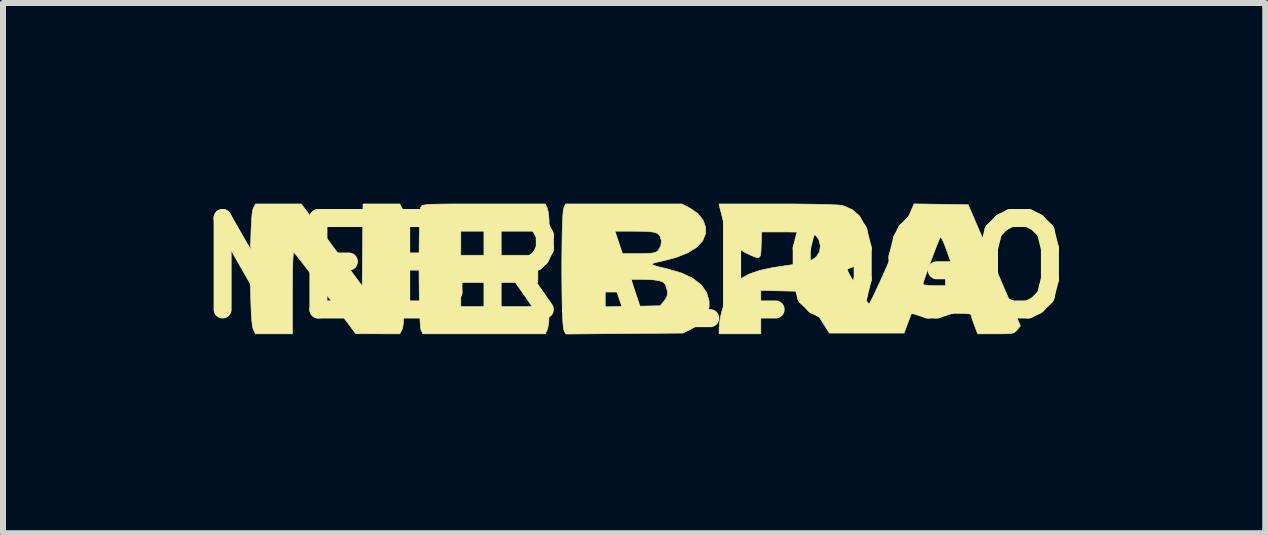
<source format=kicad_pcb>
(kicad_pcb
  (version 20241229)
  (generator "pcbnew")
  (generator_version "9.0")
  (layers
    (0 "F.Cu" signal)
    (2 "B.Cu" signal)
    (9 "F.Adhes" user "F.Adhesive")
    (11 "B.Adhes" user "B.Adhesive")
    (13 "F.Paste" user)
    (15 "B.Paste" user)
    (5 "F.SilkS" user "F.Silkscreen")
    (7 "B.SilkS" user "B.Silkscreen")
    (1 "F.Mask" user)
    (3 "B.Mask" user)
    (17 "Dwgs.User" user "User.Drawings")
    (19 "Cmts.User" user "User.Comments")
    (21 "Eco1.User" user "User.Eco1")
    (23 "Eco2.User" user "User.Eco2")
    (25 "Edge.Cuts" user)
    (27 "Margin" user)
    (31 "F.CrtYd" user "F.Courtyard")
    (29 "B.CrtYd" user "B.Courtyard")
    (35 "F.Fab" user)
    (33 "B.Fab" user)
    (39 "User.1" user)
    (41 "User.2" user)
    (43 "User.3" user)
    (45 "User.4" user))
  (footprint "NEBRA_LOGO"
    (layer "F.Cu")
    (at 7.518 1.418)
    (property "Reference" "NEBRA_LOGO" (at 0 0 0) (layer "F.SilkS") (effects (font (size 1.524 1.524) (thickness 0.3))))
    (attr through_hole)
    (fp_poly (pts (xy -1.448 -1.001) (xy -1.431 -0.937) (xy -1.42 -0.844) (xy -1.417 -0.774) (xy -1.417 -0.615) (xy -2.888 -0.615) (xy -2.888 -0.214) (xy -1.604 -0.214) (xy -1.604 0.241) (xy -2.888 0.241) (xy -2.888 0.642) (xy -1.417 0.642) (xy -1.417 0.801) (xy -1.422 0.9) (xy -1.436 0.987) (xy -1.448 1.028) (xy -1.479 1.096) (xy -3.521 1.096) (xy -3.552 1.028) (xy -3.56 0.984) (xy -3.567 0.894) (xy -3.572 0.766) (xy -3.577 0.608) (xy -3.581 0.426) (xy -3.583 0.229) (xy -3.584 0.024) (xy -3.584 -0.182) (xy -3.582 -0.381) (xy -3.58 -0.566) (xy -3.576 -0.729) (xy -3.571 -0.863) (xy -3.565 -0.96) (xy -3.557 -1.013) (xy -3.555 -1.018) (xy -3.546 -1.031) (xy -3.531 -1.042) (xy -3.505 -1.05) (xy -3.463 -1.057) (xy -3.4 -1.062) (xy -3.311 -1.065) (xy -3.19 -1.067) (xy -3.032 -1.069) (xy -2.833 -1.069) (xy -2.586 -1.069) (xy -2.503 -1.069) (xy -1.479 -1.069) (xy -1.448 -1.001)) (stroke (width 0.01) (type solid)) (fill yes) (layer "F.SilkS"))
    (fp_poly (pts (xy -5.039 -0.386) (xy -4.532 0.298) (xy -4.525 -0.386) (xy -4.518 -1.069) (xy -3.905 -1.069) (xy -3.864 -0.991) (xy -3.852 -0.939) (xy -3.841 -0.843) (xy -3.833 -0.708) (xy -3.826 -0.543) (xy -3.822 -0.357) (xy -3.819 -0.156) (xy -3.819 0.051) (xy -3.82 0.257) (xy -3.823 0.454) (xy -3.829 0.633) (xy -3.836 0.788) (xy -3.845 0.909) (xy -3.856 0.991) (xy -3.864 1.017) (xy -3.905 1.096) (xy -4.272 1.095) (xy -4.639 1.094) (xy -5.147 0.415) (xy -5.272 0.249) (xy -5.386 0.097) (xy -5.487 -0.034) (xy -5.571 -0.141) (xy -5.632 -0.218) (xy -5.668 -0.26) (xy -5.675 -0.266) (xy -5.68 -0.241) (xy -5.685 -0.169) (xy -5.689 -0.058) (xy -5.692 0.085) (xy -5.694 0.253) (xy -5.695 0.414) (xy -5.695 1.096) (xy -6.309 1.096) (xy -6.349 1.017) (xy -6.362 0.966) (xy -6.372 0.869) (xy -6.381 0.735) (xy -6.387 0.57) (xy -6.392 0.384) (xy -6.394 0.183) (xy -6.395 -0.025) (xy -6.393 -0.23) (xy -6.39 -0.427) (xy -6.385 -0.606) (xy -6.378 -0.761) (xy -6.369 -0.883) (xy -6.357 -0.964) (xy -6.349 -0.991) (xy -6.309 -1.069) (xy -5.546 -1.069) (xy -5.039 -0.386)) (stroke (width 0.01) (type solid)) (fill yes) (layer "F.SilkS"))
    (fp_poly (pts (xy 0.937 -0.996) (xy 1.064 -0.907) (xy 1.151 -0.798) (xy 1.193 -0.677) (xy 1.192 -0.575) (xy 1.142 -0.454) (xy 1.042 -0.347) (xy 0.894 -0.254) (xy 0.7 -0.177) (xy 0.488 -0.122) (xy 0.381 -0.098) (xy 0.318 -0.08) (xy 0.3 -0.063) (xy 0.329 -0.045) (xy 0.406 -0.022) (xy 0.534 0.008) (xy 0.561 0.015) (xy 0.794 0.083) (xy 0.98 0.172) (xy 1.119 0.28) (xy 1.209 0.407) (xy 1.25 0.551) (xy 1.25 0.648) (xy 1.225 0.768) (xy 1.171 0.863) (xy 1.079 0.943) (xy 0.975 1.003) (xy 0.815 1.083) (xy -0.162 1.091) (xy -1.14 1.099) (xy -1.172 1.029) (xy -1.18 0.983) (xy -1.188 0.891) (xy -1.194 0.761) (xy -1.199 0.6) (xy -1.202 0.417) (xy -1.204 0.218) (xy -1.204 0.187) (xy -0.481 0.187) (xy -0.481 0.645) (xy -0.024 0.637) (xy 0.433 0.628) (xy 0.5 0.55) (xy 0.546 0.482) (xy 0.556 0.414) (xy 0.552 0.376) (xy 0.538 0.313) (xy 0.515 0.265) (xy 0.477 0.231) (xy 0.415 0.209) (xy 0.322 0.196) (xy 0.192 0.189) (xy 0.018 0.187) (xy -0.03 0.187) (xy -0.481 0.187) (xy -1.204 0.187) (xy -1.205 0.012) (xy -1.204 -0.195) (xy -1.202 -0.393) (xy -1.199 -0.576) (xy -1.198 -0.615) (xy -0.481 -0.615) (xy -0.481 -0.241) (xy -0.067 -0.241) (xy 0.092 -0.241) (xy 0.207 -0.243) (xy 0.286 -0.248) (xy 0.338 -0.257) (xy 0.372 -0.271) (xy 0.397 -0.29) (xy 0.401 -0.294) (xy 0.445 -0.368) (xy 0.455 -0.455) (xy 0.431 -0.534) (xy 0.395 -0.573) (xy 0.36 -0.59) (xy 0.307 -0.602) (xy 0.226 -0.61) (xy 0.109 -0.614) (xy -0.052 -0.615) (xy -0.073 -0.615) (xy -0.481 -0.615) (xy -1.198 -0.615) (xy -1.194 -0.736) (xy -1.188 -0.866) (xy -1.181 -0.957) (xy -1.172 -1.001) (xy -1.141 -1.069) (xy 0.796 -1.069) (xy 0.937 -0.996)) (stroke (width 0.01) (type solid)) (fill yes) (layer "F.SilkS"))
    (fp_poly (pts (xy 5.117 -1.063) (xy 5.568 -1.056) (xy 6.438 0.962) (xy 6.385 1.029) (xy 6.36 1.058) (xy 6.331 1.077) (xy 6.287 1.089) (xy 6.218 1.094) (xy 6.113 1.096) (xy 6.029 1.096) (xy 5.726 1.096) (xy 5.67 0.948) (xy 5.64 0.864) (xy 5.62 0.8) (xy 5.615 0.774) (xy 5.589 0.764) (xy 5.513 0.758) (xy 5.39 0.754) (xy 5.225 0.754) (xy 5.117 0.755) (xy 4.62 0.762) (xy 4.56 0.922) (xy 4.5 1.083) (xy 3.254 1.083) (xy 3.034 0.735) (xy 2.814 0.388) (xy 2.463 0.38) (xy 2.112 0.373) (xy 2.112 1.096) (xy 1.417 1.096) (xy 1.417 0.995) (xy 1.424 0.911) (xy 1.442 0.805) (xy 1.457 0.739) (xy 1.515 0.55) (xy 1.584 0.396) (xy 1.669 0.272) (xy 1.779 0.175) (xy 1.918 0.099) (xy 2.092 0.039) (xy 2.309 -0.008) (xy 2.521 -0.04) (xy 2.687 -0.064) (xy 2.81 -0.086) (xy 2.899 -0.11) (xy 2.965 -0.138) (xy 3.017 -0.172) (xy 3.041 -0.194) (xy 3.092 -0.274) (xy 3.104 -0.373) (xy 3.08 -0.471) (xy 3.033 -0.537) (xy 3.004 -0.561) (xy 2.974 -0.579) (xy 2.933 -0.59) (xy 2.871 -0.597) (xy 2.78 -0.6) (xy 2.651 -0.601) (xy 2.545 -0.602) (xy 2.126 -0.602) (xy 2.118 -0.38) (xy 2.114 -0.272) (xy 2.104 -0.205) (xy 2.08 -0.175) (xy 2.032 -0.178) (xy 1.953 -0.21) (xy 1.849 -0.259) (xy 1.736 -0.332) (xy 1.641 -0.436) (xy 1.56 -0.577) (xy 1.492 -0.761) (xy 1.433 -0.992) (xy 1.432 -0.996) (xy 1.416 -1.069) (xy 2.399 -1.069) (xy 2.651 -1.069) (xy 2.879 -1.066) (xy 3.079 -1.063) (xy 3.245 -1.058) (xy 3.371 -1.053) (xy 3.453 -1.047) (xy 3.479 -1.042) (xy 3.637 -0.974) (xy 3.756 -0.87) (xy 3.836 -0.731) (xy 3.874 -0.56) (xy 3.877 -0.488) (xy 3.863 -0.331) (xy 3.824 -0.215) (xy 3.768 -0.129) (xy 3.698 -0.056) (xy 3.63 -0.01) (xy 3.592 0) (xy 3.56 0.019) (xy 3.557 0.033) (xy 3.571 0.071) (xy 3.608 0.14) (xy 3.66 0.228) (xy 3.721 0.326) (xy 3.784 0.422) (xy 3.842 0.507) (xy 3.888 0.568) (xy 3.915 0.595) (xy 3.917 0.596) (xy 3.934 0.572) (xy 3.968 0.504) (xy 4.019 0.399) (xy 4.077 0.273) (xy 4.813 0.273) (xy 4.838 0.281) (xy 4.905 0.288) (xy 5.006 0.293) (xy 5.119 0.294) (xy 5.426 0.294) (xy 5.344 0.074) (xy 5.295 -0.06) (xy 5.242 -0.204) (xy 5.196 -0.331) (xy 5.193 -0.341) (xy 5.158 -0.43) (xy 5.127 -0.492) (xy 5.107 -0.516) (xy 5.104 -0.515) (xy 5.089 -0.484) (xy 5.06 -0.414) (xy 5.021 -0.316) (xy 4.977 -0.199) (xy 4.932 -0.076) (xy 4.888 0.044) (xy 4.851 0.149) (xy 4.825 0.228) (xy 4.813 0.27) (xy 4.813 0.273) (xy 4.077 0.273) (xy 4.083 0.262) (xy 4.157 0.098) (xy 4.239 -0.087) (xy 4.305 -0.238) (xy 4.666 -1.07) (xy 5.117 -1.063)) (stroke (width 0.01) (type solid)) (fill yes) (layer "F.SilkS")))
  (gr_rect
    (start -3 -3)
    (end 18.037 5.836)
    (stroke (width 0.1) (type default))
    (fill no)
    (layer "Edge.Cuts")))
</source>
